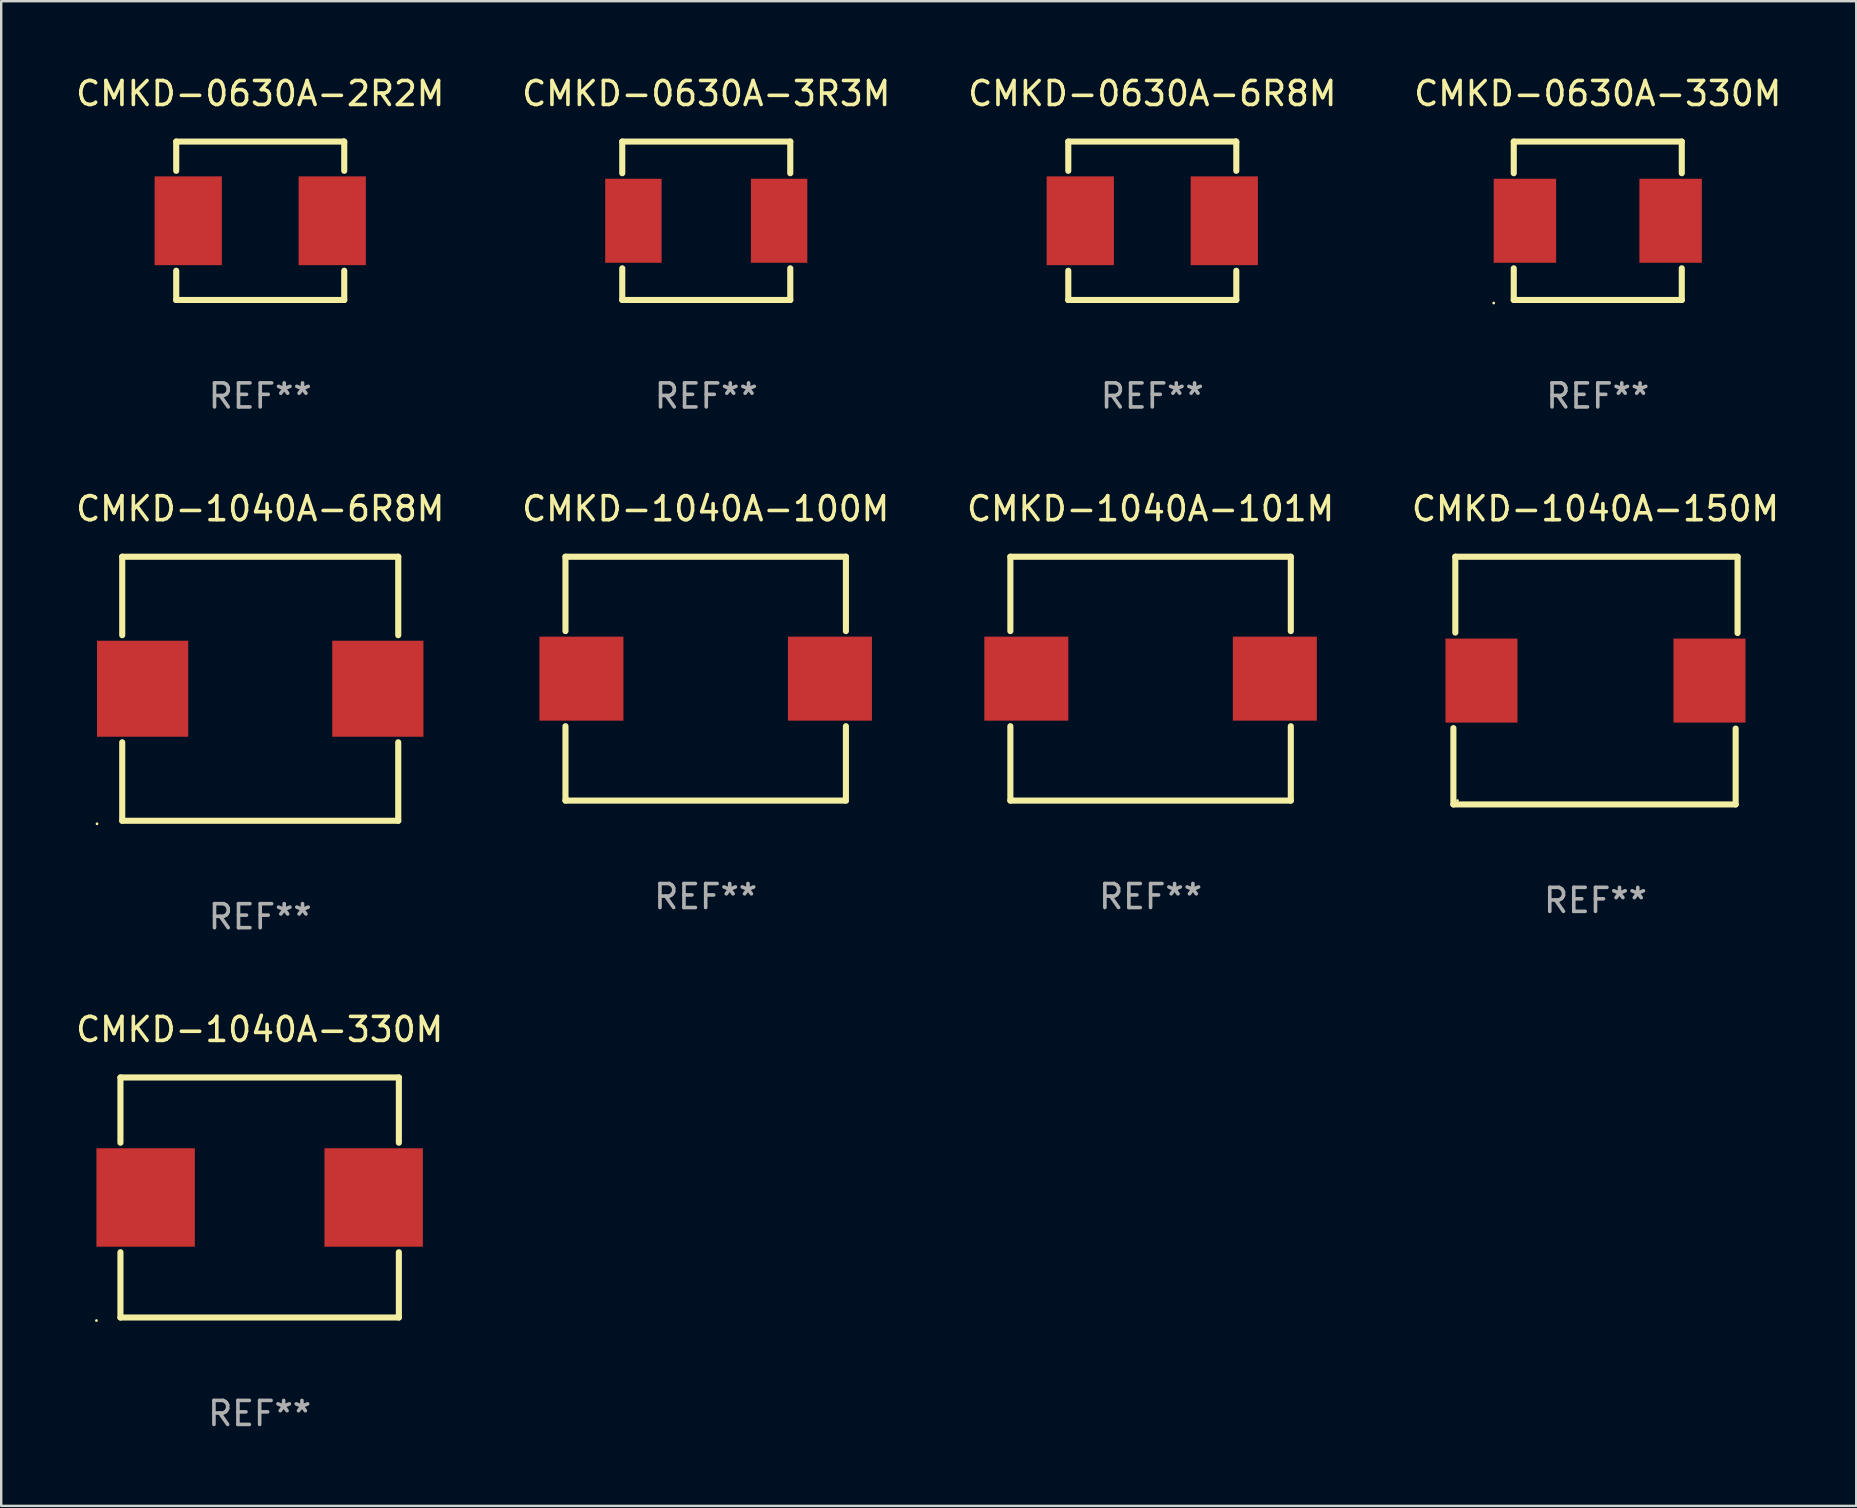
<source format=kicad_pcb>
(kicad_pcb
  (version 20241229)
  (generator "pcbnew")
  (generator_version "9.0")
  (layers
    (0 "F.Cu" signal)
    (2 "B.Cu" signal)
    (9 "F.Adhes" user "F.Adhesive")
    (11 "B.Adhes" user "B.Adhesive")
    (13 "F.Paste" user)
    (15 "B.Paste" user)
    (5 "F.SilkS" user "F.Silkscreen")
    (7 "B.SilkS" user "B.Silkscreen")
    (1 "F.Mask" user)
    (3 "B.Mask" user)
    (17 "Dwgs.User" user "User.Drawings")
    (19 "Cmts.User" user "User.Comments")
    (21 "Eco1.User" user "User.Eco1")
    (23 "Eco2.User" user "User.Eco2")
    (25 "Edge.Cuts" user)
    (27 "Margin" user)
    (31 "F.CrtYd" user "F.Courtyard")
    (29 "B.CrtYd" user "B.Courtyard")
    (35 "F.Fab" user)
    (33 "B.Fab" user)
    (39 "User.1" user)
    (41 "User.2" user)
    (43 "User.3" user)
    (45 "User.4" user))
  (footprint "CMKD-1040A-100M"
    (layer "F.Cu")
    (at 26.351 25.225)
    (property "Reference" "CMKD-1040A-100M" (at 0 -7.08 0) (layer "F.SilkS") (effects (font (size 1 1) (thickness 0.15))))
    (attr through_hole)
    (fp_line (start -5.842 -5.08) (end -5.842 -1.981) (stroke (width 0.254) (type solid)) (layer "F.SilkS"))
    (fp_line (start -5.842 1.981) (end -5.842 5.08) (stroke (width 0.254) (type solid)) (layer "F.SilkS"))
    (fp_line (start -5.842 5.08) (end 5.842 5.08) (stroke (width 0.254) (type solid)) (layer "F.SilkS"))
    (fp_line (start 5.842 -5.08) (end -5.842 -5.08) (stroke (width 0.254) (type solid)) (layer "F.SilkS"))
    (fp_line (start 5.842 -1.981) (end 5.842 -5.08) (stroke (width 0.254) (type solid)) (layer "F.SilkS"))
    (fp_line (start 5.842 5.08) (end 5.842 1.981) (stroke (width 0.254) (type solid)) (layer "F.SilkS"))
    (fp_circle (center -5.75 5) (end -5.72 5) (stroke (width 0.06) (type solid)) (fill no) (layer "F.SilkS"))
    (fp_text user "REF**" (at 0 9.08 0) (layer "F.Fab") (effects (font (size 1 1) (thickness 0.15))))
    (pad "1" smd rect (at -5.177 0) (size 3.5 3.5) (layers "F.Cu" "F.Mask" "F.Paste"))
    (pad "2" smd rect (at 5.177 0) (size 3.5 3.5) (layers "F.Cu" "F.Mask" "F.Paste")))
  (footprint "CMKD-1040A-6R8M"
    (layer "F.Cu")
    (at 7.792 25.645)
    (property "Reference" "CMKD-1040A-6R8M" (at 0 -7.5 0) (layer "F.SilkS") (effects (font (size 1 1) (thickness 0.15))))
    (attr through_hole)
    (fp_line (start -5.75 -5.5) (end -5.75 -2.231) (stroke (width 0.254) (type solid)) (layer "F.SilkS"))
    (fp_line (start -5.75 -5.5) (end 5.75 -5.5) (stroke (width 0.254) (type solid)) (layer "F.SilkS"))
    (fp_line (start -5.75 2.231) (end -5.75 5.5) (stroke (width 0.254) (type solid)) (layer "F.SilkS"))
    (fp_line (start -5.75 5.5) (end 5.75 5.5) (stroke (width 0.254) (type solid)) (layer "F.SilkS"))
    (fp_line (start 5.75 -2.231) (end 5.75 -5.5) (stroke (width 0.254) (type solid)) (layer "F.SilkS"))
    (fp_line (start 5.75 5.5) (end 5.75 2.231) (stroke (width 0.254) (type solid)) (layer "F.SilkS"))
    (fp_circle (center -6.8 5.627) (end -6.77 5.627) (stroke (width 0.06) (type solid)) (fill no) (layer "F.SilkS"))
    (fp_text user "REF**" (at 0 9.5 0) (layer "F.Fab") (effects (font (size 1 1) (thickness 0.15))))
    (pad "1" smd rect (at -4.9 0) (size 3.8 4) (layers "F.Cu" "F.Mask" "F.Paste"))
    (pad "2" smd rect (at 4.9 0) (size 3.8 4) (layers "F.Cu" "F.Mask" "F.Paste")))
  (footprint "CMKD-0630A-330M"
    (layer "F.Cu")
    (at 63.518 6.148)
    (property "Reference" "CMKD-0630A-330M" (at 0 -5.3 0) (layer "F.SilkS") (effects (font (size 1 1) (thickness 0.15))))
    (attr through_hole)
    (fp_line (start -3.5 -3.3) (end -3.5 -1.981) (stroke (width 0.254) (type solid)) (layer "F.SilkS"))
    (fp_line (start -3.5 -3.3) (end 3.5 -3.3) (stroke (width 0.254) (type solid)) (layer "F.SilkS"))
    (fp_line (start -3.5 1.981) (end -3.5 3.3) (stroke (width 0.254) (type solid)) (layer "F.SilkS"))
    (fp_line (start -3.5 3.3) (end 3.5 3.3) (stroke (width 0.254) (type solid)) (layer "F.SilkS"))
    (fp_line (start 3.5 -1.981) (end 3.5 -3.3) (stroke (width 0.254) (type solid)) (layer "F.SilkS"))
    (fp_line (start 3.5 3.3) (end 3.5 1.981) (stroke (width 0.254) (type solid)) (layer "F.SilkS"))
    (fp_circle (center -4.335 3.427) (end -4.305 3.427) (stroke (width 0.06) (type solid)) (fill no) (layer "F.SilkS"))
    (fp_text user "REF**" (at 0 7.3 0) (layer "F.Fab") (effects (font (size 1 1) (thickness 0.15))))
    (pad "1" smd rect (at -3.035 0) (size 2.6 3.5) (layers "F.Cu" "F.Mask" "F.Paste"))
    (pad "2" smd rect (at 3.035 0) (size 2.6 3.5) (layers "F.Cu" "F.Mask" "F.Paste")))
  (footprint "CMKD-0630A-6R8M"
    (layer "F.Cu")
    (at 44.958 6.148)
    (property "Reference" "CMKD-0630A-6R8M" (at 0 -5.3 0) (layer "F.SilkS") (effects (font (size 1 1) (thickness 0.15))))
    (attr through_hole)
    (fp_line (start -3.5 -3.3) (end 3.48 -3.3) (stroke (width 0.254) (type solid)) (layer "F.SilkS"))
    (fp_line (start -3.5 -2.081) (end -3.5 -3.3) (stroke (width 0.254) (type solid)) (layer "F.SilkS"))
    (fp_line (start -3.5 3.3) (end -3.5 2.081) (stroke (width 0.254) (type solid)) (layer "F.SilkS"))
    (fp_line (start -3.49 3.3) (end -3.5 3.3) (stroke (width 0.254) (type solid)) (layer "F.SilkS"))
    (fp_line (start 3.48 -3.3) (end 3.5 -3.28) (stroke (width 0.254) (type solid)) (layer "F.SilkS"))
    (fp_line (start 3.5 -3.3) (end 3.5 -2.081) (stroke (width 0.254) (type solid)) (layer "F.SilkS"))
    (fp_line (start 3.5 2.081) (end 3.5 3.3) (stroke (width 0.254) (type solid)) (layer "F.SilkS"))
    (fp_line (start 3.5 3.3) (end -3.49 3.3) (stroke (width 0.254) (type solid)) (layer "F.SilkS"))
    (fp_circle (center -3.5 3.3) (end -3.47 3.3) (stroke (width 0.06) (type solid)) (fill no) (layer "F.SilkS"))
    (fp_text user "REF**" (at 0 7.3 0) (layer "F.Fab") (effects (font (size 1 1) (thickness 0.15))))
    (pad "1" smd rect (at -3 0) (size 2.8 3.7) (layers "F.Cu" "F.Mask" "F.Paste"))
    (pad "2" smd rect (at 3 0) (size 2.8 3.7) (layers "F.Cu" "F.Mask" "F.Paste")))
  (footprint "CMKD-1040A-330M"
    (layer "F.Cu")
    (at 7.768 46.841)
    (property "Reference" "CMKD-1040A-330M" (at 0 -7 0) (layer "F.SilkS") (effects (font (size 1 1) (thickness 0.15))))
    (attr through_hole)
    (fp_line (start -5.8 -5) (end -5.8 -2.281) (stroke (width 0.254) (type solid)) (layer "F.SilkS"))
    (fp_line (start -5.8 -5) (end 5.8 -5) (stroke (width 0.254) (type solid)) (layer "F.SilkS"))
    (fp_line (start -5.8 2.281) (end -5.8 5) (stroke (width 0.254) (type solid)) (layer "F.SilkS"))
    (fp_line (start -5.8 5) (end 5.8 5) (stroke (width 0.254) (type solid)) (layer "F.SilkS"))
    (fp_line (start 5.8 -5) (end 5.8 -2.281) (stroke (width 0.254) (type solid)) (layer "F.SilkS"))
    (fp_line (start 5.8 2.281) (end 5.8 5) (stroke (width 0.254) (type solid)) (layer "F.SilkS"))
    (fp_circle (center -6.8 5.127) (end -6.77 5.127) (stroke (width 0.06) (type solid)) (fill no) (layer "F.SilkS"))
    (fp_text user "REF**" (at 0 9 0) (layer "F.Fab") (effects (font (size 1 1) (thickness 0.15))))
    (pad "1" smd rect (at -4.75 0) (size 4.1 4.1) (layers "F.Cu" "F.Mask" "F.Paste"))
    (pad "2" smd rect (at 4.75 0) (size 4.1 4.1) (layers "F.Cu" "F.Mask" "F.Paste")))
  (footprint "CMKD-1040A-101M"
    (layer "F.Cu")
    (at 44.887 25.225)
    (property "Reference" "CMKD-1040A-101M" (at 0 -7.08 0) (layer "F.SilkS") (effects (font (size 1 1) (thickness 0.15))))
    (attr through_hole)
    (fp_line (start -5.842 -5.08) (end -5.842 -1.981) (stroke (width 0.254) (type solid)) (layer "F.SilkS"))
    (fp_line (start -5.842 1.981) (end -5.842 5.08) (stroke (width 0.254) (type solid)) (layer "F.SilkS"))
    (fp_line (start -5.842 5.08) (end 5.842 5.08) (stroke (width 0.254) (type solid)) (layer "F.SilkS"))
    (fp_line (start 5.842 -5.08) (end -5.842 -5.08) (stroke (width 0.254) (type solid)) (layer "F.SilkS"))
    (fp_line (start 5.842 -1.981) (end 5.842 -5.08) (stroke (width 0.254) (type solid)) (layer "F.SilkS"))
    (fp_line (start 5.842 5.08) (end 5.842 1.981) (stroke (width 0.254) (type solid)) (layer "F.SilkS"))
    (fp_circle (center -5.75 5) (end -5.72 5) (stroke (width 0.06) (type solid)) (fill no) (layer "F.SilkS"))
    (fp_text user "REF**" (at 0 9.08 0) (layer "F.Fab") (effects (font (size 1 1) (thickness 0.15))))
    (pad "1" smd rect (at -5.177 0) (size 3.5 3.5) (layers "F.Cu" "F.Mask" "F.Paste"))
    (pad "2" smd rect (at 5.177 0) (size 3.5 3.5) (layers "F.Cu" "F.Mask" "F.Paste")))
  (footprint "CMKD-0630A-2R2M"
    (layer "F.Cu")
    (at 7.792 6.148)
    (property "Reference" "CMKD-0630A-2R2M" (at 0 -5.3 0) (layer "F.SilkS") (effects (font (size 1 1) (thickness 0.15))))
    (attr through_hole)
    (fp_line (start -3.5 -3.3) (end 3.48 -3.3) (stroke (width 0.254) (type solid)) (layer "F.SilkS"))
    (fp_line (start -3.5 -2.081) (end -3.5 -3.3) (stroke (width 0.254) (type solid)) (layer "F.SilkS"))
    (fp_line (start -3.5 3.3) (end -3.5 2.081) (stroke (width 0.254) (type solid)) (layer "F.SilkS"))
    (fp_line (start -3.49 3.3) (end -3.5 3.3) (stroke (width 0.254) (type solid)) (layer "F.SilkS"))
    (fp_line (start 3.48 -3.3) (end 3.5 -3.28) (stroke (width 0.254) (type solid)) (layer "F.SilkS"))
    (fp_line (start 3.5 -3.3) (end 3.5 -2.081) (stroke (width 0.254) (type solid)) (layer "F.SilkS"))
    (fp_line (start 3.5 2.081) (end 3.5 3.3) (stroke (width 0.254) (type solid)) (layer "F.SilkS"))
    (fp_line (start 3.5 3.3) (end -3.49 3.3) (stroke (width 0.254) (type solid)) (layer "F.SilkS"))
    (fp_circle (center -3.5 3.3) (end -3.47 3.3) (stroke (width 0.06) (type solid)) (fill no) (layer "F.SilkS"))
    (fp_text user "REF**" (at 0 7.3 0) (layer "F.Fab") (effects (font (size 1 1) (thickness 0.15))))
    (pad "1" smd rect (at -3 0) (size 2.8 3.7) (layers "F.Cu" "F.Mask" "F.Paste"))
    (pad "2" smd rect (at 3 0) (size 2.8 3.7) (layers "F.Cu" "F.Mask" "F.Paste")))
  (footprint "CMKD-1040A-150M"
    (layer "F.Cu")
    (at 63.423 25.305)
    (property "Reference" "CMKD-1040A-150M" (at 0 -7.16 0) (layer "F.SilkS") (effects (font (size 1 1) (thickness 0.15))))
    (attr through_hole)
    (fp_line (start -5.92 5.16) (end -5.92 1.98) (stroke (width 0.254) (type solid)) (layer "F.SilkS"))
    (fp_line (start -5.84 -5.16) (end 5.92 -5.16) (stroke (width 0.254) (type solid)) (layer "F.SilkS"))
    (fp_line (start -5.84 -2) (end -5.84 -5.16) (stroke (width 0.254) (type solid)) (layer "F.SilkS"))
    (fp_line (start 5.84 2) (end 5.84 5.16) (stroke (width 0.254) (type solid)) (layer "F.SilkS"))
    (fp_line (start 5.84 5.16) (end -5.92 5.16) (stroke (width 0.254) (type solid)) (layer "F.SilkS"))
    (fp_line (start 5.92 -5.16) (end 5.92 -1.98) (stroke (width 0.254) (type solid)) (layer "F.SilkS"))
    (fp_circle (center -5.75 5) (end -5.72 5) (stroke (width 0.06) (type solid)) (fill no) (layer "F.SilkS"))
    (fp_text user "REF**" (at 0 9.16 0) (layer "F.Fab") (effects (font (size 1 1) (thickness 0.15))))
    (pad "1" smd rect (at -4.75 0) (size 3 3.5) (layers "F.Cu" "F.Mask" "F.Paste"))
    (pad "2" smd rect (at 4.75 0) (size 3 3.5) (layers "F.Cu" "F.Mask" "F.Paste")))
  (footprint "CMKD-0630A-3R3M"
    (layer "F.Cu")
    (at 26.375 6.148)
    (property "Reference" "CMKD-0630A-3R3M" (at 0 -5.3 0) (layer "F.SilkS") (effects (font (size 1 1) (thickness 0.15))))
    (attr through_hole)
    (fp_line (start -3.5 -3.3) (end -3.5 -1.981) (stroke (width 0.254) (type solid)) (layer "F.SilkS"))
    (fp_line (start -3.5 -3.3) (end 3.5 -3.3) (stroke (width 0.254) (type solid)) (layer "F.SilkS"))
    (fp_line (start -3.5 1.981) (end -3.5 3.3) (stroke (width 0.254) (type solid)) (layer "F.SilkS"))
    (fp_line (start -3.5 3.3) (end 3.5 3.3) (stroke (width 0.254) (type solid)) (layer "F.SilkS"))
    (fp_line (start 3.5 -1.981) (end 3.5 -3.3) (stroke (width 0.254) (type solid)) (layer "F.SilkS"))
    (fp_line (start 3.5 3.3) (end 3.5 1.981) (stroke (width 0.254) (type solid)) (layer "F.SilkS"))
    (fp_circle (center -3.5 3.3) (end -3.47 3.3) (stroke (width 0.06) (type solid)) (fill no) (layer "F.SilkS"))
    (fp_text user "REF**" (at 0 7.3 0) (layer "F.Fab") (effects (font (size 1 1) (thickness 0.15))))
    (pad "1" smd rect (at -3.035 0) (size 2.35 3.5) (layers "F.Cu" "F.Mask" "F.Paste"))
    (pad "2" smd rect (at 3.035 0) (size 2.35 3.5) (layers "F.Cu" "F.Mask" "F.Paste")))
  (gr_rect
    (start -3 -3)
    (end 74.286 59.69)
    (stroke (width 0.1) (type default))
    (fill no)
    (layer "Edge.Cuts")))
</source>
